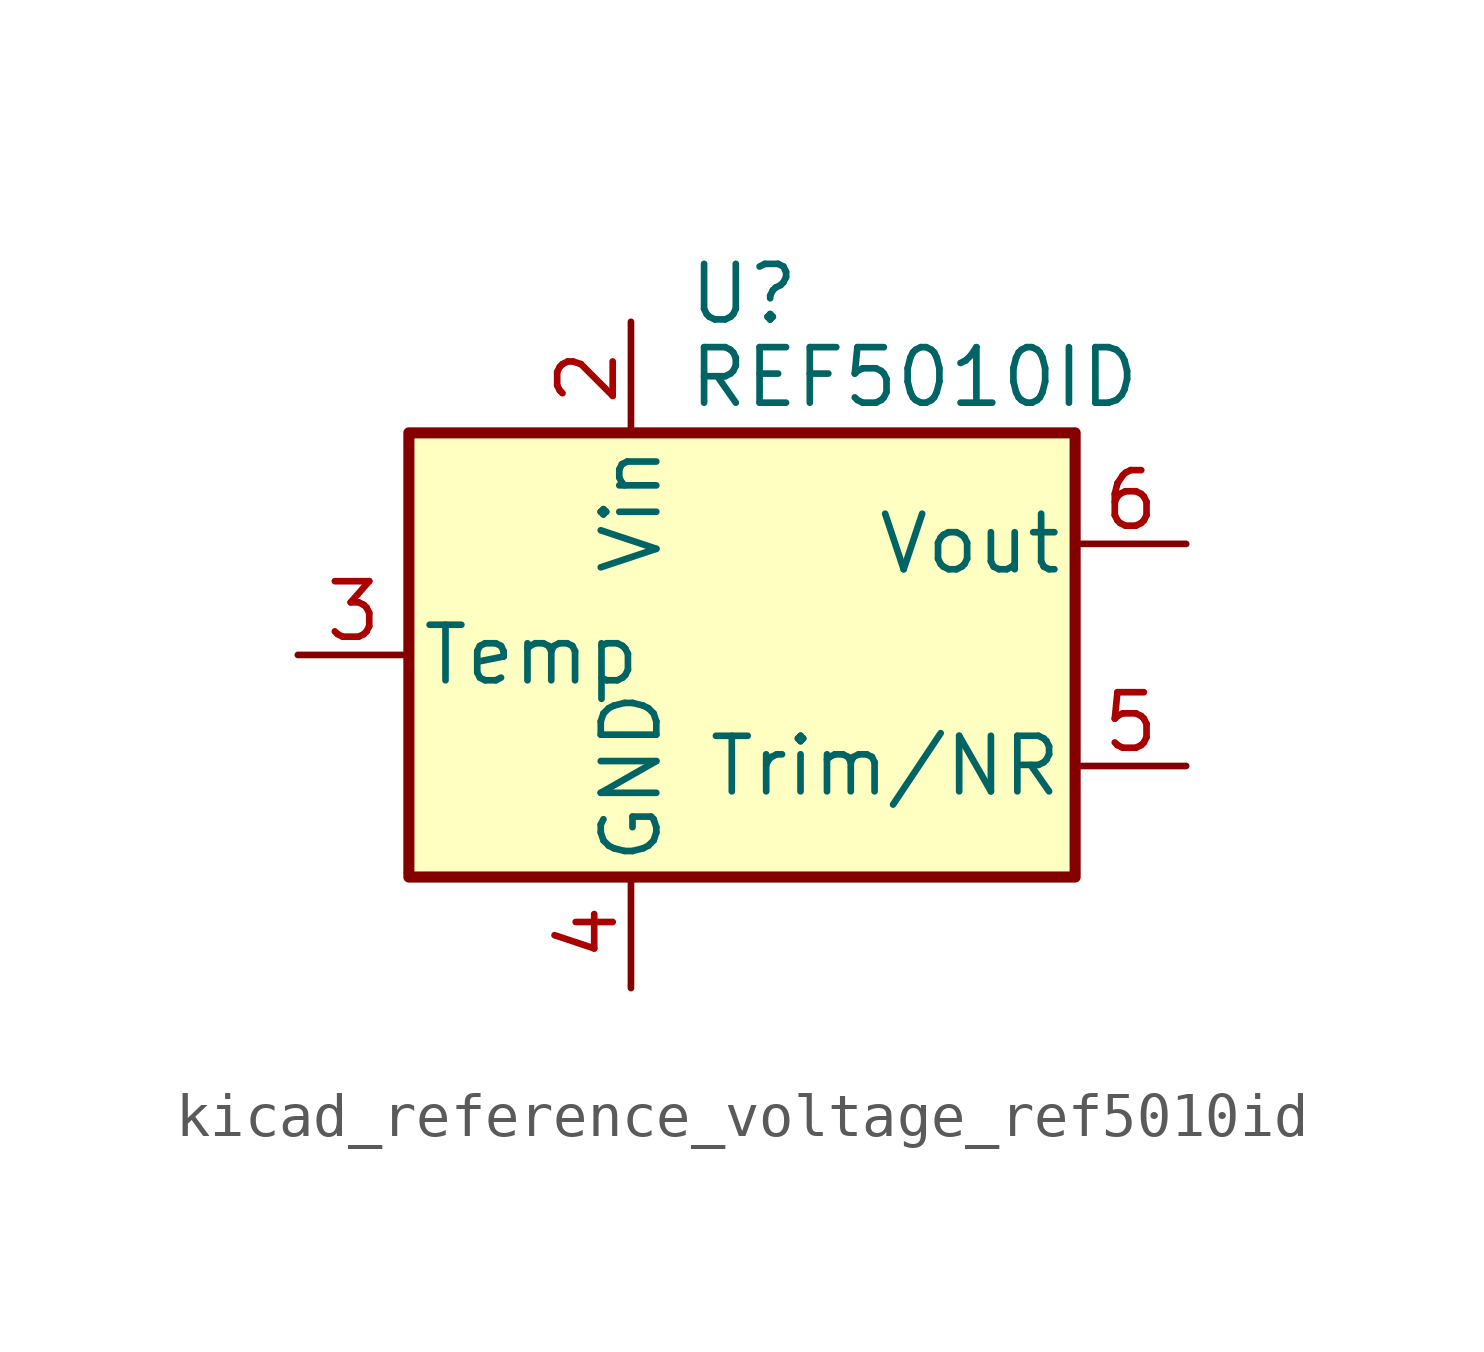
<source format=kicad_sym>
(kicad_symbol_lib
  (version 20220914)
  (generator kicad_symbol_editor)
  (symbol "kicad_reference_voltage_ref5010id"
    (pin_names
      (offset 0.254))
    (property "Reference" "U"
      (at -1.27 8.255 0)
      (effects (font (size 1.27 1.27)) (justify left)))
    (property "Value" "REF5010ID"
      (at -1.27 6.35 0)
      (effects (font (size 1.27 1.27)) (justify left)))
    (symbol "kicad_reference_voltage_ref5010id_0_1"
      (rectangle (start -7.62 5.08) (end 7.62 -5.08) (stroke (width 0.254) (type default)) (fill (type background))))
    (symbol "kicad_reference_voltage_ref5010id_1_1"
      (pin no_connect line (at -7.62 2.54 0) (length 2.54) hide (name "DNC" (effects (font (size 1.27 1.27)))) (number "1" (effects (font (size 1.27 1.27)))))
      (pin power_in line (at -2.54 7.62 270) (length 2.54) (name "Vin" (effects (font (size 1.27 1.27)))) (number "2" (effects (font (size 1.27 1.27)))))
      (pin passive line (at -10.16 0 0) (length 2.54) (name "Temp" (effects (font (size 1.27 1.27)))) (number "3" (effects (font (size 1.27 1.27)))))
      (pin power_in line (at -2.54 -7.62 90) (length 2.54) (name "GND" (effects (font (size 1.27 1.27)))) (number "4" (effects (font (size 1.27 1.27)))))
      (pin passive line (at 10.16 -2.54 180) (length 2.54) (name "Trim/NR" (effects (font (size 1.27 1.27)))) (number "5" (effects (font (size 1.27 1.27)))))
      (pin power_out line (at 10.16 2.54 180) (length 2.54) (name "Vout" (effects (font (size 1.27 1.27)))) (number "6" (effects (font (size 1.27 1.27)))))
      (pin no_connect line (at -5.08 -5.08 90) (length 2.54) hide (name "NC" (effects (font (size 1.27 1.27)))) (number "7" (effects (font (size 1.27 1.27)))))
      (pin no_connect line (at 7.62 0 180) (length 2.54) hide (name "DNC" (effects (font (size 1.27 1.27)))) (number "8" (effects (font (size 1.27 1.27))))))))
</source>
